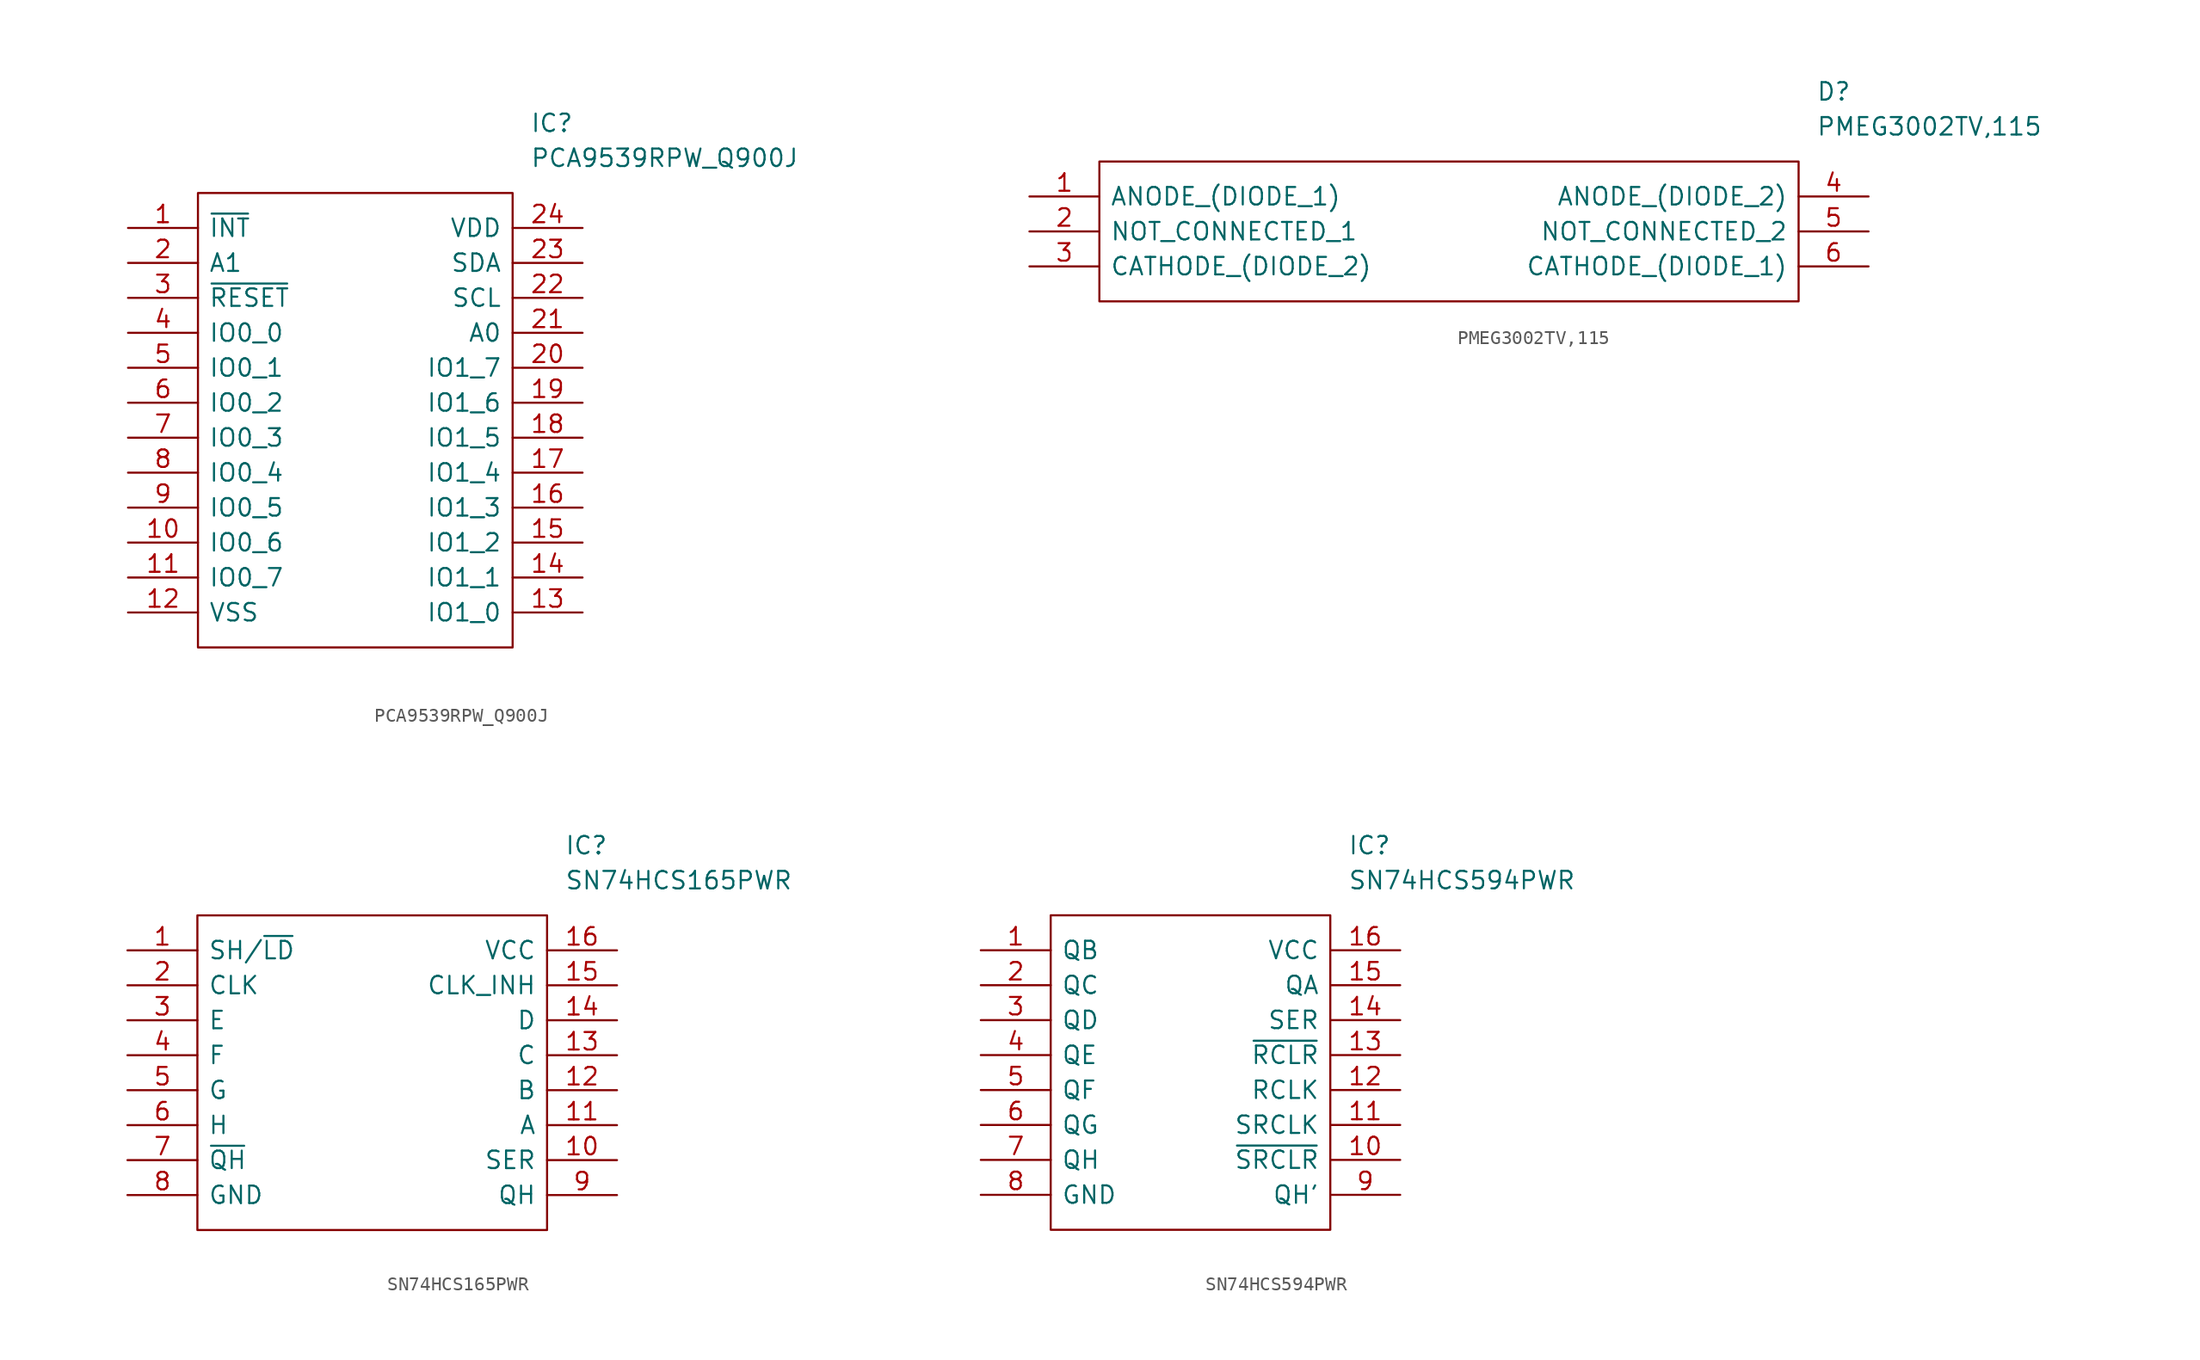
<source format=kicad_sym>
(kicad_symbol_lib
  (version 20211014)
  (generator kicad_symbol_editor)
  (symbol "PCA9539RPW_Q900J"
    (pin_names
      (offset 0.762))
    (property "Reference" "IC"
      (at 29.21 7.62 0)
      (effects (font (size 1.27 1.27)) (justify left)))
    (property "Value" "PCA9539RPW_Q900J"
      (at 29.21 5.08 0)
      (effects (font (size 1.27 1.27)) (justify left)))
    (symbol "PCA9539RPW_Q900J_0_0"
      (pin passive line (at 0 0 0) (length 5.08) (name "~{INT}" (effects (font (size 1.27 1.27)))) (number "1" (effects (font (size 1.27 1.27)))))
      (pin passive line (at 0 -22.86 0) (length 5.08) (name "IO0_6" (effects (font (size 1.27 1.27)))) (number "10" (effects (font (size 1.27 1.27)))))
      (pin passive line (at 0 -25.4 0) (length 5.08) (name "IO0_7" (effects (font (size 1.27 1.27)))) (number "11" (effects (font (size 1.27 1.27)))))
      (pin passive line (at 0 -27.94 0) (length 5.08) (name "VSS" (effects (font (size 1.27 1.27)))) (number "12" (effects (font (size 1.27 1.27)))))
      (pin passive line (at 33.02 -27.94 180) (length 5.08) (name "IO1_0" (effects (font (size 1.27 1.27)))) (number "13" (effects (font (size 1.27 1.27)))))
      (pin passive line (at 33.02 -25.4 180) (length 5.08) (name "IO1_1" (effects (font (size 1.27 1.27)))) (number "14" (effects (font (size 1.27 1.27)))))
      (pin passive line (at 33.02 -22.86 180) (length 5.08) (name "IO1_2" (effects (font (size 1.27 1.27)))) (number "15" (effects (font (size 1.27 1.27)))))
      (pin passive line (at 33.02 -20.32 180) (length 5.08) (name "IO1_3" (effects (font (size 1.27 1.27)))) (number "16" (effects (font (size 1.27 1.27)))))
      (pin passive line (at 33.02 -17.78 180) (length 5.08) (name "IO1_4" (effects (font (size 1.27 1.27)))) (number "17" (effects (font (size 1.27 1.27)))))
      (pin passive line (at 33.02 -15.24 180) (length 5.08) (name "IO1_5" (effects (font (size 1.27 1.27)))) (number "18" (effects (font (size 1.27 1.27)))))
      (pin passive line (at 33.02 -12.7 180) (length 5.08) (name "IO1_6" (effects (font (size 1.27 1.27)))) (number "19" (effects (font (size 1.27 1.27)))))
      (pin passive line (at 0 -2.54 0) (length 5.08) (name "A1" (effects (font (size 1.27 1.27)))) (number "2" (effects (font (size 1.27 1.27)))))
      (pin passive line (at 33.02 -10.16 180) (length 5.08) (name "IO1_7" (effects (font (size 1.27 1.27)))) (number "20" (effects (font (size 1.27 1.27)))))
      (pin passive line (at 33.02 -7.62 180) (length 5.08) (name "A0" (effects (font (size 1.27 1.27)))) (number "21" (effects (font (size 1.27 1.27)))))
      (pin passive line (at 33.02 -5.08 180) (length 5.08) (name "SCL" (effects (font (size 1.27 1.27)))) (number "22" (effects (font (size 1.27 1.27)))))
      (pin passive line (at 33.02 -2.54 180) (length 5.08) (name "SDA" (effects (font (size 1.27 1.27)))) (number "23" (effects (font (size 1.27 1.27)))))
      (pin passive line (at 33.02 0 180) (length 5.08) (name "VDD" (effects (font (size 1.27 1.27)))) (number "24" (effects (font (size 1.27 1.27)))))
      (pin passive line (at 0 -5.08 0) (length 5.08) (name "~{RESET}" (effects (font (size 1.27 1.27)))) (number "3" (effects (font (size 1.27 1.27)))))
      (pin passive line (at 0 -7.62 0) (length 5.08) (name "IO0_0" (effects (font (size 1.27 1.27)))) (number "4" (effects (font (size 1.27 1.27)))))
      (pin passive line (at 0 -10.16 0) (length 5.08) (name "IO0_1" (effects (font (size 1.27 1.27)))) (number "5" (effects (font (size 1.27 1.27)))))
      (pin passive line (at 0 -12.7 0) (length 5.08) (name "IO0_2" (effects (font (size 1.27 1.27)))) (number "6" (effects (font (size 1.27 1.27)))))
      (pin passive line (at 0 -15.24 0) (length 5.08) (name "IO0_3" (effects (font (size 1.27 1.27)))) (number "7" (effects (font (size 1.27 1.27)))))
      (pin passive line (at 0 -17.78 0) (length 5.08) (name "IO0_4" (effects (font (size 1.27 1.27)))) (number "8" (effects (font (size 1.27 1.27)))))
      (pin passive line (at 0 -20.32 0) (length 5.08) (name "IO0_5" (effects (font (size 1.27 1.27)))) (number "9" (effects (font (size 1.27 1.27))))))
    (symbol "PCA9539RPW_Q900J_0_1"
      (polyline (pts (xy 5.08 2.54) (xy 27.94 2.54) (xy 27.94 -30.48) (xy 5.08 -30.48) (xy 5.08 2.54)) (stroke (width 0.152) (type default) (color 0 0 0 0)) (fill (type none)))))
  (symbol "PMEG3002TV,115"
    (pin_names
      (offset 0.762))
    (property "Reference" "D"
      (at 57.15 7.62 0)
      (effects (font (size 1.27 1.27)) (justify left)))
    (property "Value" "PMEG3002TV,115"
      (at 57.15 5.08 0)
      (effects (font (size 1.27 1.27)) (justify left)))
    (symbol "PMEG3002TV,115_0_0"
      (pin passive line (at 0 0 0) (length 5.08) (name "ANODE_(DIODE_1)" (effects (font (size 1.27 1.27)))) (number "1" (effects (font (size 1.27 1.27)))))
      (pin passive line (at 0 -2.54 0) (length 5.08) (name "NOT_CONNECTED_1" (effects (font (size 1.27 1.27)))) (number "2" (effects (font (size 1.27 1.27)))))
      (pin passive line (at 0 -5.08 0) (length 5.08) (name "CATHODE_(DIODE_2)" (effects (font (size 1.27 1.27)))) (number "3" (effects (font (size 1.27 1.27)))))
      (pin passive line (at 60.96 0 180) (length 5.08) (name "ANODE_(DIODE_2)" (effects (font (size 1.27 1.27)))) (number "4" (effects (font (size 1.27 1.27)))))
      (pin passive line (at 60.96 -2.54 180) (length 5.08) (name "NOT_CONNECTED_2" (effects (font (size 1.27 1.27)))) (number "5" (effects (font (size 1.27 1.27)))))
      (pin passive line (at 60.96 -5.08 180) (length 5.08) (name "CATHODE_(DIODE_1)" (effects (font (size 1.27 1.27)))) (number "6" (effects (font (size 1.27 1.27))))))
    (symbol "PMEG3002TV,115_0_1"
      (polyline (pts (xy 5.08 2.54) (xy 55.88 2.54) (xy 55.88 -7.62) (xy 5.08 -7.62) (xy 5.08 2.54)) (stroke (width 0.152) (type default) (color 0 0 0 0)) (fill (type none)))))
  (symbol "SN74HCS165PWR"
    (pin_names
      (offset 0.762))
    (property "Reference" "IC"
      (at 31.75 7.62 0)
      (effects (font (size 1.27 1.27)) (justify left)))
    (property "Value" "SN74HCS165PWR"
      (at 31.75 5.08 0)
      (effects (font (size 1.27 1.27)) (justify left)))
    (symbol "SN74HCS165PWR_0_0"
      (pin passive line (at 0 0 0) (length 5.08) (name "SH/~{LD}" (effects (font (size 1.27 1.27)))) (number "1" (effects (font (size 1.27 1.27)))))
      (pin passive line (at 35.56 -15.24 180) (length 5.08) (name "SER" (effects (font (size 1.27 1.27)))) (number "10" (effects (font (size 1.27 1.27)))))
      (pin passive line (at 35.56 -12.7 180) (length 5.08) (name "A" (effects (font (size 1.27 1.27)))) (number "11" (effects (font (size 1.27 1.27)))))
      (pin passive line (at 35.56 -10.16 180) (length 5.08) (name "B" (effects (font (size 1.27 1.27)))) (number "12" (effects (font (size 1.27 1.27)))))
      (pin passive line (at 35.56 -7.62 180) (length 5.08) (name "C" (effects (font (size 1.27 1.27)))) (number "13" (effects (font (size 1.27 1.27)))))
      (pin passive line (at 35.56 -5.08 180) (length 5.08) (name "D" (effects (font (size 1.27 1.27)))) (number "14" (effects (font (size 1.27 1.27)))))
      (pin passive line (at 35.56 -2.54 180) (length 5.08) (name "CLK_INH" (effects (font (size 1.27 1.27)))) (number "15" (effects (font (size 1.27 1.27)))))
      (pin passive line (at 35.56 0 180) (length 5.08) (name "VCC" (effects (font (size 1.27 1.27)))) (number "16" (effects (font (size 1.27 1.27)))))
      (pin passive line (at 0 -2.54 0) (length 5.08) (name "CLK" (effects (font (size 1.27 1.27)))) (number "2" (effects (font (size 1.27 1.27)))))
      (pin passive line (at 0 -5.08 0) (length 5.08) (name "E" (effects (font (size 1.27 1.27)))) (number "3" (effects (font (size 1.27 1.27)))))
      (pin passive line (at 0 -7.62 0) (length 5.08) (name "F" (effects (font (size 1.27 1.27)))) (number "4" (effects (font (size 1.27 1.27)))))
      (pin passive line (at 0 -10.16 0) (length 5.08) (name "G" (effects (font (size 1.27 1.27)))) (number "5" (effects (font (size 1.27 1.27)))))
      (pin passive line (at 0 -12.7 0) (length 5.08) (name "H" (effects (font (size 1.27 1.27)))) (number "6" (effects (font (size 1.27 1.27)))))
      (pin passive line (at 0 -15.24 0) (length 5.08) (name "~{QH}" (effects (font (size 1.27 1.27)))) (number "7" (effects (font (size 1.27 1.27)))))
      (pin passive line (at 0 -17.78 0) (length 5.08) (name "GND" (effects (font (size 1.27 1.27)))) (number "8" (effects (font (size 1.27 1.27)))))
      (pin passive line (at 35.56 -17.78 180) (length 5.08) (name "QH" (effects (font (size 1.27 1.27)))) (number "9" (effects (font (size 1.27 1.27))))))
    (symbol "SN74HCS165PWR_0_1"
      (polyline (pts (xy 5.08 2.54) (xy 30.48 2.54) (xy 30.48 -20.32) (xy 5.08 -20.32) (xy 5.08 2.54)) (stroke (width 0.152) (type default) (color 0 0 0 0)) (fill (type none)))))
  (symbol "SN74HCS594PWR"
    (pin_names
      (offset 0.762))
    (property "Reference" "IC"
      (at 26.67 7.62 0)
      (effects (font (size 1.27 1.27)) (justify left)))
    (property "Value" "SN74HCS594PWR"
      (at 26.67 5.08 0)
      (effects (font (size 1.27 1.27)) (justify left)))
    (symbol "SN74HCS594PWR_0_0"
      (pin passive line (at 0 0 0) (length 5.08) (name "QB" (effects (font (size 1.27 1.27)))) (number "1" (effects (font (size 1.27 1.27)))))
      (pin passive line (at 30.48 -15.24 180) (length 5.08) (name "~{SRCLR}" (effects (font (size 1.27 1.27)))) (number "10" (effects (font (size 1.27 1.27)))))
      (pin passive line (at 30.48 -12.7 180) (length 5.08) (name "SRCLK" (effects (font (size 1.27 1.27)))) (number "11" (effects (font (size 1.27 1.27)))))
      (pin passive line (at 30.48 -10.16 180) (length 5.08) (name "RCLK" (effects (font (size 1.27 1.27)))) (number "12" (effects (font (size 1.27 1.27)))))
      (pin passive line (at 30.48 -7.62 180) (length 5.08) (name "~{RCLR}" (effects (font (size 1.27 1.27)))) (number "13" (effects (font (size 1.27 1.27)))))
      (pin passive line (at 30.48 -5.08 180) (length 5.08) (name "SER" (effects (font (size 1.27 1.27)))) (number "14" (effects (font (size 1.27 1.27)))))
      (pin passive line (at 30.48 -2.54 180) (length 5.08) (name "QA" (effects (font (size 1.27 1.27)))) (number "15" (effects (font (size 1.27 1.27)))))
      (pin passive line (at 30.48 0 180) (length 5.08) (name "VCC" (effects (font (size 1.27 1.27)))) (number "16" (effects (font (size 1.27 1.27)))))
      (pin passive line (at 0 -2.54 0) (length 5.08) (name "QC" (effects (font (size 1.27 1.27)))) (number "2" (effects (font (size 1.27 1.27)))))
      (pin passive line (at 0 -5.08 0) (length 5.08) (name "QD" (effects (font (size 1.27 1.27)))) (number "3" (effects (font (size 1.27 1.27)))))
      (pin passive line (at 0 -7.62 0) (length 5.08) (name "QE" (effects (font (size 1.27 1.27)))) (number "4" (effects (font (size 1.27 1.27)))))
      (pin passive line (at 0 -10.16 0) (length 5.08) (name "QF" (effects (font (size 1.27 1.27)))) (number "5" (effects (font (size 1.27 1.27)))))
      (pin passive line (at 0 -12.7 0) (length 5.08) (name "QG" (effects (font (size 1.27 1.27)))) (number "6" (effects (font (size 1.27 1.27)))))
      (pin passive line (at 0 -15.24 0) (length 5.08) (name "QH" (effects (font (size 1.27 1.27)))) (number "7" (effects (font (size 1.27 1.27)))))
      (pin passive line (at 0 -17.78 0) (length 5.08) (name "GND" (effects (font (size 1.27 1.27)))) (number "8" (effects (font (size 1.27 1.27)))))
      (pin passive line (at 30.48 -17.78 180) (length 5.08) (name "QH'" (effects (font (size 1.27 1.27)))) (number "9" (effects (font (size 1.27 1.27))))))
    (symbol "SN74HCS594PWR_0_1"
      (polyline (pts (xy 5.08 2.54) (xy 25.4 2.54) (xy 25.4 -20.32) (xy 5.08 -20.32) (xy 5.08 2.54)) (stroke (width 0.152) (type default) (color 0 0 0 0)) (fill (type none))))))
</source>
